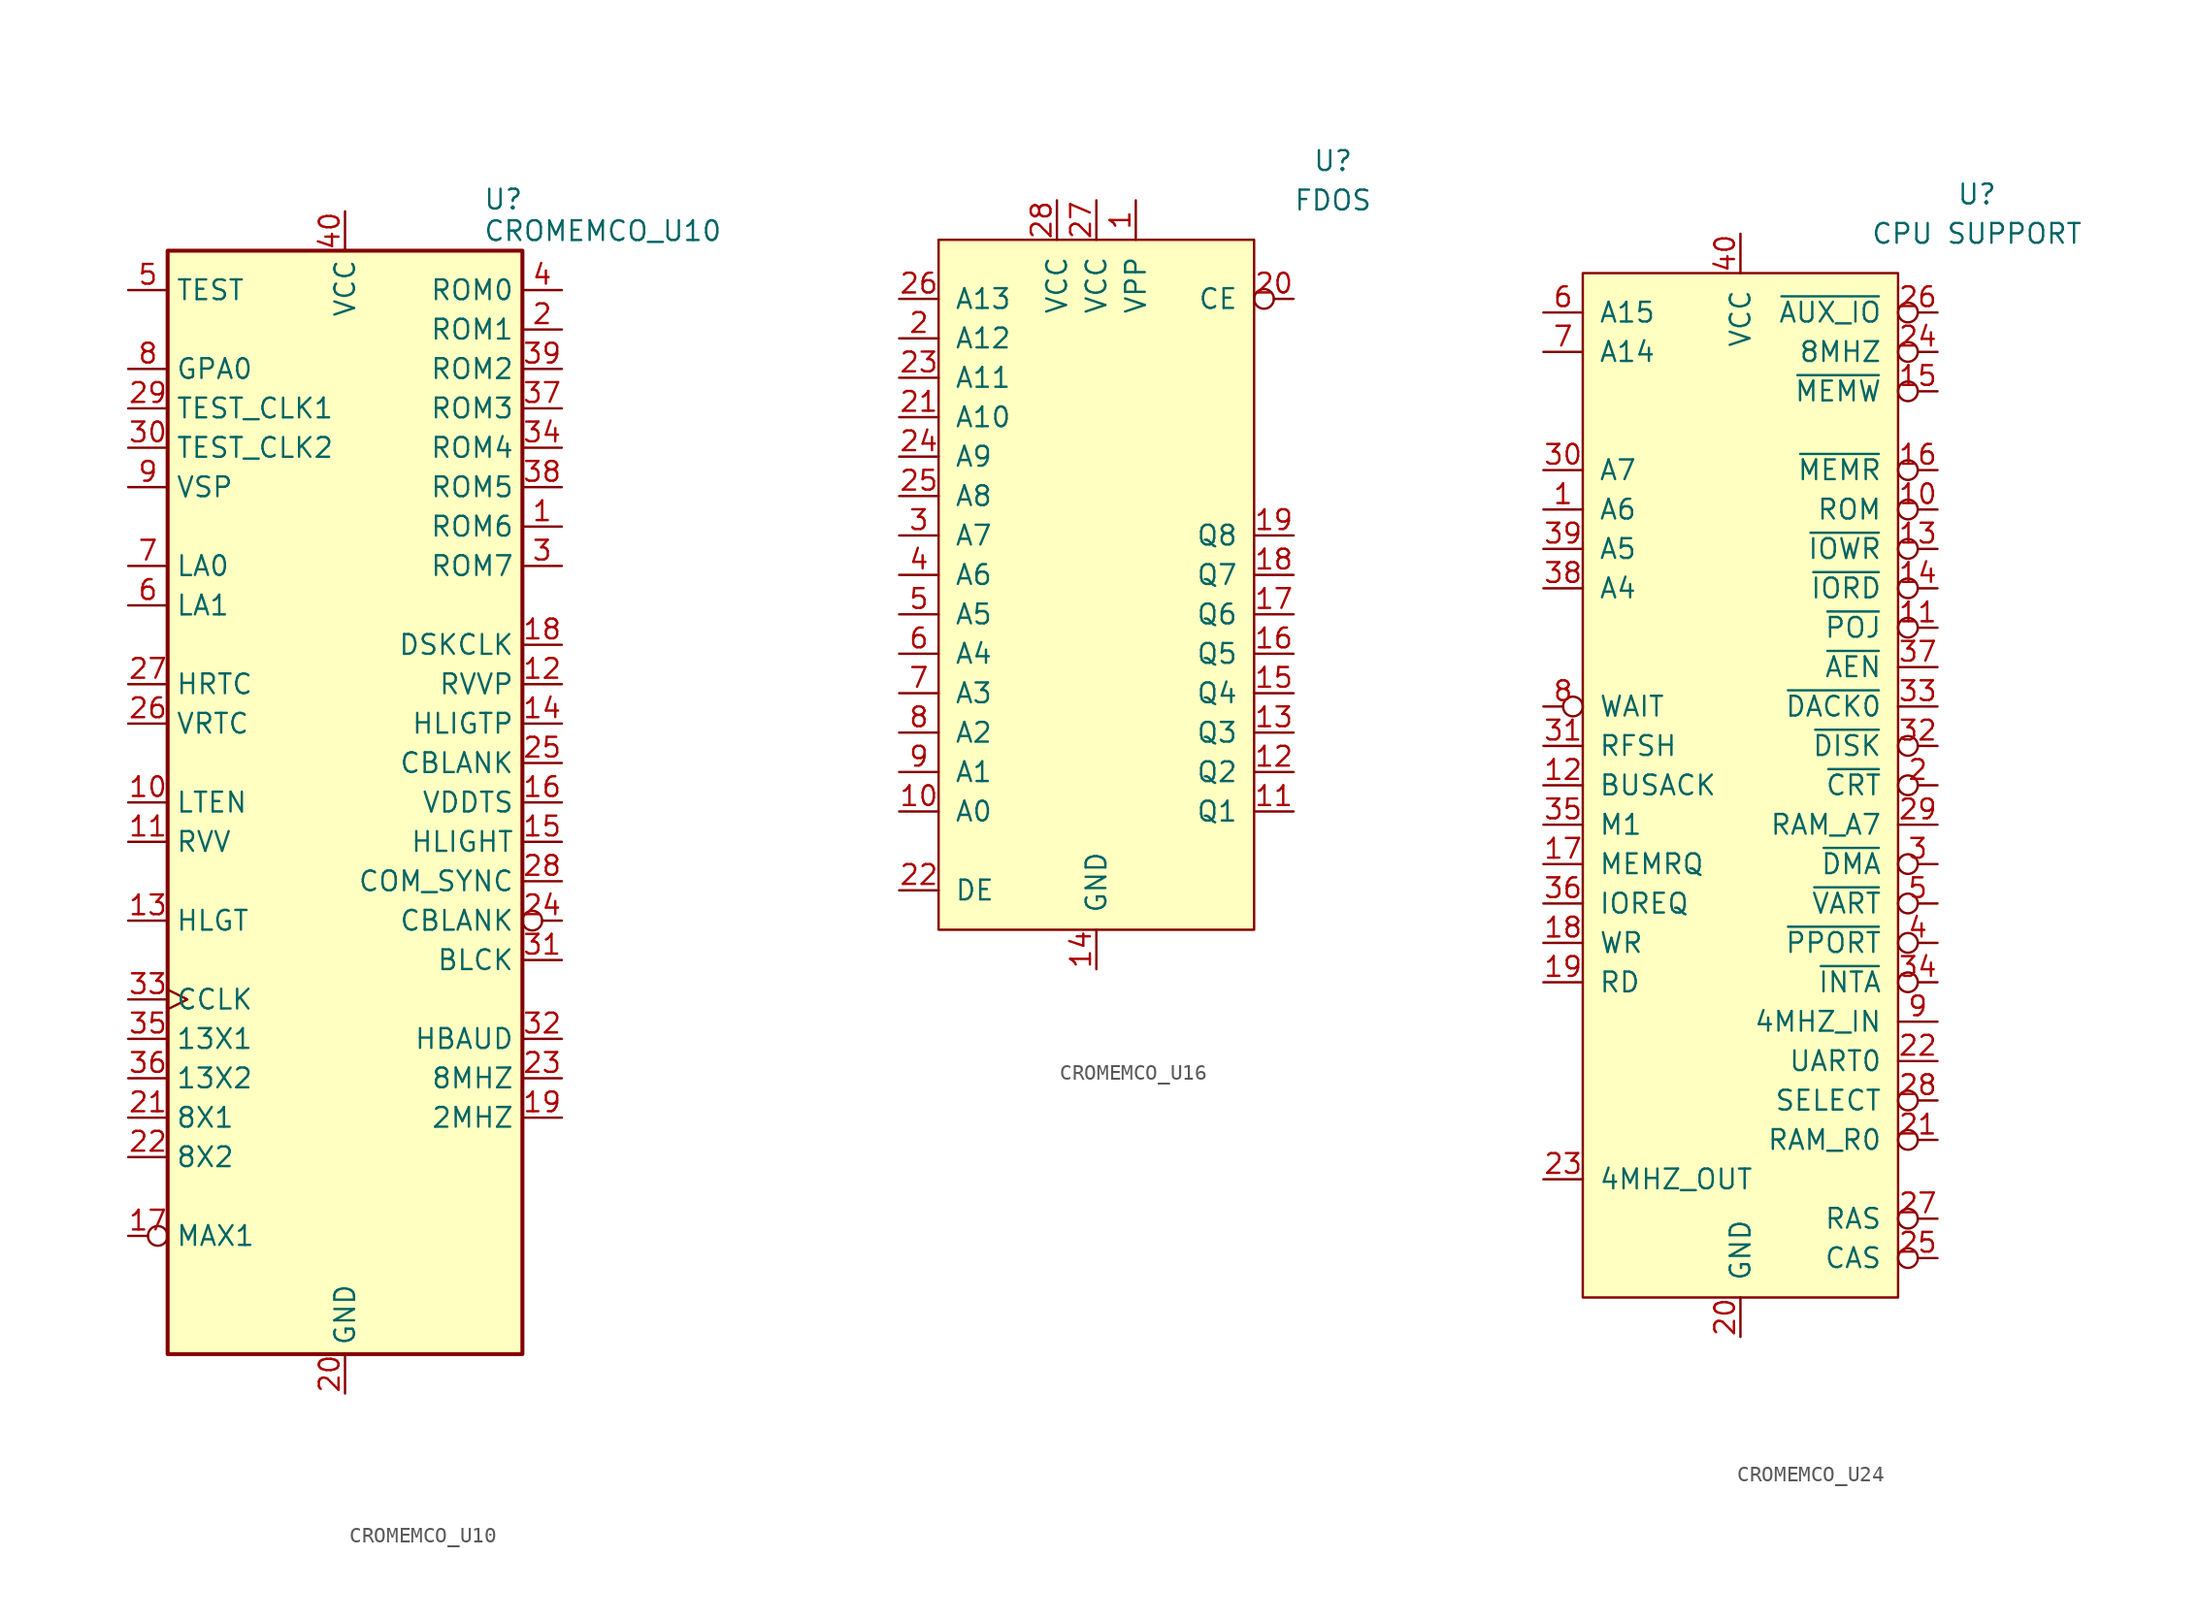
<source format=kicad_sym>
(kicad_symbol_lib
  (version 20241209)
  (generator "kicad_symbol_editor")
  (generator_version "9.0")
  (symbol "CROMEMCO_U10"
    (property "Reference" "U"
      (at 8.89 40.132 0)
      (effects (font (size 1.27 1.27)) (justify left)))
    (property "Value" "CROMEMCO_U10"
      (at 8.89 38.1 0)
      (effects (font (size 1.27 1.27)) (justify left)))
    (symbol "CROMEMCO_U10_1_1"
      (rectangle (start -11.43 36.83) (end 11.43 -34.29) (stroke (width 0.254) (type default)) (fill (type background)))
      (pin input line (at -13.97 34.29 0) (length 2.54) (name "TEST" (effects (font (size 1.27 1.27)))) (number "5" (effects (font (size 1.27 1.27)))))
      (pin input line (at -13.97 29.21 0) (length 2.54) (name "GPA0" (effects (font (size 1.27 1.27)))) (number "8" (effects (font (size 1.27 1.27)))))
      (pin input line (at -13.97 26.67 0) (length 2.54) (name "TEST_CLK1" (effects (font (size 1.27 1.27)))) (number "29" (effects (font (size 1.27 1.27)))))
      (pin input line (at -13.97 24.13 0) (length 2.54) (name "TEST_CLK2" (effects (font (size 1.27 1.27)))) (number "30" (effects (font (size 1.27 1.27)))))
      (pin input line (at -13.97 21.59 0) (length 2.54) (name "VSP" (effects (font (size 1.27 1.27)))) (number "9" (effects (font (size 1.27 1.27)))))
      (pin input line (at -13.97 16.51 0) (length 2.54) (name "LA0" (effects (font (size 1.27 1.27)))) (number "7" (effects (font (size 1.27 1.27)))))
      (pin input line (at -13.97 13.97 0) (length 2.54) (name "LA1" (effects (font (size 1.27 1.27)))) (number "6" (effects (font (size 1.27 1.27)))))
      (pin input line (at -13.97 8.89 0) (length 2.54) (name "HRTC" (effects (font (size 1.27 1.27)))) (number "27" (effects (font (size 1.27 1.27)))))
      (pin input line (at -13.97 6.35 0) (length 2.54) (name "VRTC" (effects (font (size 1.27 1.27)))) (number "26" (effects (font (size 1.27 1.27)))))
      (pin input line (at -13.97 1.27 0) (length 2.54) (name "LTEN" (effects (font (size 1.27 1.27)))) (number "10" (effects (font (size 1.27 1.27)))))
      (pin input line (at -13.97 -1.27 0) (length 2.54) (name "RVV" (effects (font (size 1.27 1.27)))) (number "11" (effects (font (size 1.27 1.27)))))
      (pin bidirectional line (at -13.97 -6.35 0) (length 2.54) (name "HLGT" (effects (font (size 1.27 1.27)))) (number "13" (effects (font (size 1.27 1.27)))))
      (pin output clock (at -13.97 -11.43 0) (length 2.54) (name "CCLK" (effects (font (size 1.27 1.27)))) (number "33" (effects (font (size 1.27 1.27)))))
      (pin bidirectional line (at -13.97 -13.97 0) (length 2.54) (name "13X1" (effects (font (size 1.27 1.27)))) (number "35" (effects (font (size 1.27 1.27)))))
      (pin bidirectional line (at -13.97 -16.51 0) (length 2.54) (name "13X2" (effects (font (size 1.27 1.27)))) (number "36" (effects (font (size 1.27 1.27)))))
      (pin bidirectional line (at -13.97 -19.05 0) (length 2.54) (name "8X1" (effects (font (size 1.27 1.27)))) (number "21" (effects (font (size 1.27 1.27)))))
      (pin bidirectional line (at -13.97 -21.59 0) (length 2.54) (name "8X2" (effects (font (size 1.27 1.27)))) (number "22" (effects (font (size 1.27 1.27)))))
      (pin bidirectional inverted (at -13.97 -26.67 0) (length 2.54) (name "MAX1" (effects (font (size 1.27 1.27)))) (number "17" (effects (font (size 1.27 1.27)))))
      (pin power_in line (at 0 39.37 270) (length 2.54) (name "VCC" (effects (font (size 1.27 1.27)))) (number "40" (effects (font (size 1.27 1.27)))))
      (pin power_in line (at 0 -36.83 90) (length 2.54) (name "GND" (effects (font (size 1.27 1.27)))) (number "20" (effects (font (size 1.27 1.27)))))
      (pin input line (at 13.97 34.29 180) (length 2.54) (name "ROM0" (effects (font (size 1.27 1.27)))) (number "4" (effects (font (size 1.27 1.27)))))
      (pin input line (at 13.97 31.75 180) (length 2.54) (name "ROM1" (effects (font (size 1.27 1.27)))) (number "2" (effects (font (size 1.27 1.27)))))
      (pin input line (at 13.97 29.21 180) (length 2.54) (name "ROM2" (effects (font (size 1.27 1.27)))) (number "39" (effects (font (size 1.27 1.27)))))
      (pin input line (at 13.97 26.67 180) (length 2.54) (name "ROM3" (effects (font (size 1.27 1.27)))) (number "37" (effects (font (size 1.27 1.27)))))
      (pin input line (at 13.97 24.13 180) (length 2.54) (name "ROM4" (effects (font (size 1.27 1.27)))) (number "34" (effects (font (size 1.27 1.27)))))
      (pin input line (at 13.97 21.59 180) (length 2.54) (name "ROM5" (effects (font (size 1.27 1.27)))) (number "38" (effects (font (size 1.27 1.27)))))
      (pin input line (at 13.97 19.05 180) (length 2.54) (name "ROM6" (effects (font (size 1.27 1.27)))) (number "1" (effects (font (size 1.27 1.27)))))
      (pin input line (at 13.97 16.51 180) (length 2.54) (name "ROM7" (effects (font (size 1.27 1.27)))) (number "3" (effects (font (size 1.27 1.27)))))
      (pin bidirectional line (at 13.97 11.43 180) (length 2.54) (name "DSKCLK" (effects (font (size 1.27 1.27)))) (number "18" (effects (font (size 1.27 1.27)))))
      (pin input line (at 13.97 8.89 180) (length 2.54) (name "RVVP" (effects (font (size 1.27 1.27)))) (number "12" (effects (font (size 1.27 1.27)))))
      (pin input line (at 13.97 6.35 180) (length 2.54) (name "HLIGTP" (effects (font (size 1.27 1.27)))) (number "14" (effects (font (size 1.27 1.27)))))
      (pin output line (at 13.97 3.81 180) (length 2.54) (name "CBLANK" (effects (font (size 1.27 1.27)))) (number "25" (effects (font (size 1.27 1.27)))))
      (pin bidirectional line (at 13.97 1.27 180) (length 2.54) (name "VDDTS" (effects (font (size 1.27 1.27)))) (number "16" (effects (font (size 1.27 1.27)))))
      (pin bidirectional line (at 13.97 -1.27 180) (length 2.54) (name "HLIGHT" (effects (font (size 1.27 1.27)))) (number "15" (effects (font (size 1.27 1.27)))))
      (pin output line (at 13.97 -3.81 180) (length 2.54) (name "COM_SYNC" (effects (font (size 1.27 1.27)))) (number "28" (effects (font (size 1.27 1.27)))))
      (pin output inverted (at 13.97 -6.35 180) (length 2.54) (name "CBLANK" (effects (font (size 1.27 1.27)))) (number "24" (effects (font (size 1.27 1.27)))))
      (pin output line (at 13.97 -8.89 180) (length 2.54) (name "BLCK" (effects (font (size 1.27 1.27)))) (number "31" (effects (font (size 1.27 1.27)))))
      (pin output line (at 13.97 -13.97 180) (length 2.54) (name "HBAUD" (effects (font (size 1.27 1.27)))) (number "32" (effects (font (size 1.27 1.27)))))
      (pin input line (at 13.97 -16.51 180) (length 2.54) (name "8MHZ" (effects (font (size 1.27 1.27)))) (number "23" (effects (font (size 1.27 1.27)))))
      (pin bidirectional line (at 13.97 -19.05 180) (length 2.54) (name "2MHZ" (effects (font (size 1.27 1.27)))) (number "19" (effects (font (size 1.27 1.27)))))))
  (symbol "CROMEMCO_U16"
    (pin_names
      (offset 1.016))
    (property "Reference" "U"
      (at 15.24 43.18 0)
      (effects (font (size 1.27 1.27))))
    (property "Value" "FDOS"
      (at 15.24 40.64 0)
      (effects (font (size 1.27 1.27))))
    (symbol "CROMEMCO_U16_0_0"
      (pin input line (at -12.7 34.29 0) (length 2.54) (name "A13" (effects (font (size 1.27 1.27)))) (number "26" (effects (font (size 1.27 1.27)))))
      (pin input line (at -12.7 31.75 0) (length 2.54) (name "A12" (effects (font (size 1.27 1.27)))) (number "2" (effects (font (size 1.27 1.27)))))
      (pin input line (at -12.7 13.97 0) (length 2.54) (name "A5" (effects (font (size 1.27 1.27)))) (number "5" (effects (font (size 1.27 1.27)))))
      (pin input line (at -12.7 11.43 0) (length 2.54) (name "A4" (effects (font (size 1.27 1.27)))) (number "6" (effects (font (size 1.27 1.27)))))
      (pin input line (at -12.7 3.81 0) (length 2.54) (name "A1" (effects (font (size 1.27 1.27)))) (number "9" (effects (font (size 1.27 1.27)))))
      (pin input line (at -12.7 1.27 0) (length 2.54) (name "A0" (effects (font (size 1.27 1.27)))) (number "10" (effects (font (size 1.27 1.27)))))
      (pin power_in line (at -2.54 40.64 270) (length 2.54) (name "VCC" (effects (font (size 1.27 1.27)))) (number "28" (effects (font (size 1.27 1.27)))))
      (pin input line (at 12.7 3.81 180) (length 2.54) (name "Q2" (effects (font (size 1.27 1.27)))) (number "12" (effects (font (size 1.27 1.27)))))
      (pin input line (at 12.7 1.27 180) (length 2.54) (name "Q1" (effects (font (size 1.27 1.27)))) (number "11" (effects (font (size 1.27 1.27))))))
    (symbol "CROMEMCO_U16_0_1"
      (rectangle (start -10.16 38.1) (end 10.16 -6.35) (stroke (width 0) (type default)) (fill (type background))))
    (symbol "CROMEMCO_U16_1_0"
      (pin input line (at -12.7 29.21 0) (length 2.54) (name "A11" (effects (font (size 1.27 1.27)))) (number "23" (effects (font (size 1.27 1.27)))))
      (pin input line (at -12.7 26.67 0) (length 2.54) (name "A10" (effects (font (size 1.27 1.27)))) (number "21" (effects (font (size 1.27 1.27)))))
      (pin input line (at -12.7 24.13 0) (length 2.54) (name "A9" (effects (font (size 1.27 1.27)))) (number "24" (effects (font (size 1.27 1.27)))))
      (pin input line (at -12.7 21.59 0) (length 2.54) (name "A8" (effects (font (size 1.27 1.27)))) (number "25" (effects (font (size 1.27 1.27)))))
      (pin input line (at -12.7 19.05 0) (length 2.54) (name "A7" (effects (font (size 1.27 1.27)))) (number "3" (effects (font (size 1.27 1.27)))))
      (pin input line (at -12.7 16.51 0) (length 2.54) (name "A6" (effects (font (size 1.27 1.27)))) (number "4" (effects (font (size 1.27 1.27)))))
      (pin input line (at -12.7 8.89 0) (length 2.54) (name "A3" (effects (font (size 1.27 1.27)))) (number "7" (effects (font (size 1.27 1.27)))))
      (pin input line (at -12.7 6.35 0) (length 2.54) (name "A2" (effects (font (size 1.27 1.27)))) (number "8" (effects (font (size 1.27 1.27)))))
      (pin input line (at -12.7 -3.81 0) (length 2.54) (name "DE" (effects (font (size 1.27 1.27)))) (number "22" (effects (font (size 1.27 1.27)))))
      (pin power_in line (at 0 40.64 270) (length 2.54) (name "VCC" (effects (font (size 1.27 1.27)))) (number "27" (effects (font (size 1.27 1.27)))))
      (pin power_in line (at 0 -8.89 90) (length 2.54) (name "GND" (effects (font (size 1.27 1.27)))) (number "14" (effects (font (size 1.27 1.27)))))
      (pin power_in line (at 2.54 40.64 270) (length 2.54) (name "VPP" (effects (font (size 1.27 1.27)))) (number "1" (effects (font (size 1.27 1.27)))))
      (pin input inverted (at 12.7 34.29 180) (length 2.54) (name "CE" (effects (font (size 1.27 1.27)))) (number "20" (effects (font (size 1.27 1.27)))))
      (pin input line (at 12.7 19.05 180) (length 2.54) (name "Q8" (effects (font (size 1.27 1.27)))) (number "19" (effects (font (size 1.27 1.27)))))
      (pin input line (at 12.7 16.51 180) (length 2.54) (name "Q7" (effects (font (size 1.27 1.27)))) (number "18" (effects (font (size 1.27 1.27)))))
      (pin input line (at 12.7 13.97 180) (length 2.54) (name "Q6" (effects (font (size 1.27 1.27)))) (number "17" (effects (font (size 1.27 1.27)))))
      (pin input line (at 12.7 11.43 180) (length 2.54) (name "Q5" (effects (font (size 1.27 1.27)))) (number "16" (effects (font (size 1.27 1.27)))))
      (pin input line (at 12.7 8.89 180) (length 2.54) (name "Q4" (effects (font (size 1.27 1.27)))) (number "15" (effects (font (size 1.27 1.27)))))
      (pin input line (at 12.7 6.35 180) (length 2.54) (name "Q3" (effects (font (size 1.27 1.27)))) (number "13" (effects (font (size 1.27 1.27)))))))
  (symbol "CROMEMCO_U24"
    (pin_names
      (offset 1.016))
    (property "Reference" "U"
      (at 15.24 43.18 0)
      (effects (font (size 1.27 1.27))))
    (property "Value" "CPU SUPPORT"
      (at 15.24 40.64 0)
      (effects (font (size 1.27 1.27))))
    (symbol "CROMEMCO_U24_0_0"
      (pin input line (at -12.7 35.56 0) (length 2.54) (name "A15" (effects (font (size 1.27 1.27)))) (number "6" (effects (font (size 1.27 1.27)))))
      (pin input line (at -12.7 25.4 0) (length 2.54) (name "A7" (effects (font (size 1.27 1.27)))) (number "30" (effects (font (size 1.27 1.27)))))
      (pin output inverted (at 12.7 22.86 180) (length 2.54) (name "ROM" (effects (font (size 1.27 1.27)))) (number "10" (effects (font (size 1.27 1.27)))))
      (pin output inverted (at 12.7 7.62 180) (length 2.54) (name "~{DISK}" (effects (font (size 1.27 1.27)))) (number "32" (effects (font (size 1.27 1.27)))))
      (pin input line (at 12.7 -10.16 180) (length 2.54) (name "4MHZ_IN" (effects (font (size 1.27 1.27)))) (number "9" (effects (font (size 1.27 1.27)))))
      (pin output inverted (at 12.7 -15.24 180) (length 2.54) (name "SELECT" (effects (font (size 1.27 1.27)))) (number "28" (effects (font (size 1.27 1.27))))))
    (symbol "CROMEMCO_U24_0_1"
      (rectangle (start -10.16 38.1) (end 10.16 -27.94) (stroke (width 0) (type default)) (fill (type background))))
    (symbol "CROMEMCO_U24_1_0"
      (pin input line (at -12.7 33.02 0) (length 2.54) (name "A14" (effects (font (size 1.27 1.27)))) (number "7" (effects (font (size 1.27 1.27)))))
      (pin input line (at -12.7 22.86 0) (length 2.54) (name "A6" (effects (font (size 1.27 1.27)))) (number "1" (effects (font (size 1.27 1.27)))))
      (pin input line (at -12.7 20.32 0) (length 2.54) (name "A5" (effects (font (size 1.27 1.27)))) (number "39" (effects (font (size 1.27 1.27)))))
      (pin input line (at -12.7 17.78 0) (length 2.54) (name "A4" (effects (font (size 1.27 1.27)))) (number "38" (effects (font (size 1.27 1.27)))))
      (pin output inverted (at -12.7 10.16 0) (length 2.54) (name "WAIT" (effects (font (size 1.27 1.27)))) (number "8" (effects (font (size 1.27 1.27)))))
      (pin input line (at -12.7 7.62 0) (length 2.54) (name "RFSH" (effects (font (size 1.27 1.27)))) (number "31" (effects (font (size 1.27 1.27)))))
      (pin input line (at -12.7 5.08 0) (length 2.54) (name "BUSACK" (effects (font (size 1.27 1.27)))) (number "12" (effects (font (size 1.27 1.27)))))
      (pin input line (at -12.7 2.54 0) (length 2.54) (name "M1" (effects (font (size 1.27 1.27)))) (number "35" (effects (font (size 1.27 1.27)))))
      (pin input line (at -12.7 0 0) (length 2.54) (name "MEMRQ" (effects (font (size 1.27 1.27)))) (number "17" (effects (font (size 1.27 1.27)))))
      (pin input line (at -12.7 -2.54 0) (length 2.54) (name "IOREQ" (effects (font (size 1.27 1.27)))) (number "36" (effects (font (size 1.27 1.27)))))
      (pin input line (at -12.7 -5.08 0) (length 2.54) (name "WR" (effects (font (size 1.27 1.27)))) (number "18" (effects (font (size 1.27 1.27)))))
      (pin input line (at -12.7 -7.62 0) (length 2.54) (name "RD" (effects (font (size 1.27 1.27)))) (number "19" (effects (font (size 1.27 1.27)))))
      (pin output line (at -12.7 -20.32 0) (length 2.54) (name "4MHZ_OUT" (effects (font (size 1.27 1.27)))) (number "23" (effects (font (size 1.27 1.27)))))
      (pin power_in line (at 0 40.64 270) (length 2.54) (name "VCC" (effects (font (size 1.27 1.27)))) (number "40" (effects (font (size 1.27 1.27)))))
      (pin power_in line (at 0 -30.48 90) (length 2.54) (name "GND" (effects (font (size 1.27 1.27)))) (number "20" (effects (font (size 1.27 1.27)))))
      (pin output inverted (at 12.7 35.56 180) (length 2.54) (name "~{AUX_IO}" (effects (font (size 1.27 1.27)))) (number "26" (effects (font (size 1.27 1.27)))))
      (pin output inverted (at 12.7 33.02 180) (length 2.54) (name "8MHZ" (effects (font (size 1.27 1.27)))) (number "24" (effects (font (size 1.27 1.27)))))
      (pin input inverted (at 12.7 30.48 180) (length 2.54) (name "~{MEMW}" (effects (font (size 1.27 1.27)))) (number "15" (effects (font (size 1.27 1.27)))))
      (pin input inverted (at 12.7 25.4 180) (length 2.54) (name "~{MEMR}" (effects (font (size 1.27 1.27)))) (number "16" (effects (font (size 1.27 1.27)))))
      (pin input inverted (at 12.7 20.32 180) (length 2.54) (name "~{IOWR}" (effects (font (size 1.27 1.27)))) (number "13" (effects (font (size 1.27 1.27)))))
      (pin input inverted (at 12.7 17.78 180) (length 2.54) (name "~{IORD}" (effects (font (size 1.27 1.27)))) (number "14" (effects (font (size 1.27 1.27)))))
      (pin bidirectional inverted (at 12.7 15.24 180) (length 2.54) (name "~{POJ}" (effects (font (size 1.27 1.27)))) (number "11" (effects (font (size 1.27 1.27)))))
      (pin output line (at 12.7 12.7 180) (length 2.54) (name "~{AEN}" (effects (font (size 1.27 1.27)))) (number "37" (effects (font (size 1.27 1.27)))))
      (pin input line (at 12.7 10.16 180) (length 2.54) (name "~{DACK0}" (effects (font (size 1.27 1.27)))) (number "33" (effects (font (size 1.27 1.27)))))
      (pin output inverted (at 12.7 5.08 180) (length 2.54) (name "~{CRT}" (effects (font (size 1.27 1.27)))) (number "2" (effects (font (size 1.27 1.27)))))
      (pin output line (at 12.7 2.54 180) (length 2.54) (name "RAM_A7" (effects (font (size 1.27 1.27)))) (number "29" (effects (font (size 1.27 1.27)))))
      (pin bidirectional inverted (at 12.7 0 180) (length 2.54) (name "~{DMA}" (effects (font (size 1.27 1.27)))) (number "3" (effects (font (size 1.27 1.27)))))
      (pin output inverted (at 12.7 -2.54 180) (length 2.54) (name "~{VART}" (effects (font (size 1.27 1.27)))) (number "5" (effects (font (size 1.27 1.27)))))
      (pin output inverted (at 12.7 -5.08 180) (length 2.54) (name "~{PPORT}" (effects (font (size 1.27 1.27)))) (number "4" (effects (font (size 1.27 1.27)))))
      (pin output inverted (at 12.7 -7.62 180) (length 2.54) (name "~{INTA}" (effects (font (size 1.27 1.27)))) (number "34" (effects (font (size 1.27 1.27)))))
      (pin output line (at 12.7 -12.7 180) (length 2.54) (name "UART0" (effects (font (size 1.27 1.27)))) (number "22" (effects (font (size 1.27 1.27)))))
      (pin output inverted (at 12.7 -17.78 180) (length 2.54) (name "RAM_R0" (effects (font (size 1.27 1.27)))) (number "21" (effects (font (size 1.27 1.27)))))
      (pin output inverted (at 12.7 -22.86 180) (length 2.54) (name "RAS" (effects (font (size 1.27 1.27)))) (number "27" (effects (font (size 1.27 1.27)))))
      (pin output inverted (at 12.7 -25.4 180) (length 2.54) (name "CAS" (effects (font (size 1.27 1.27)))) (number "25" (effects (font (size 1.27 1.27))))))))
</source>
